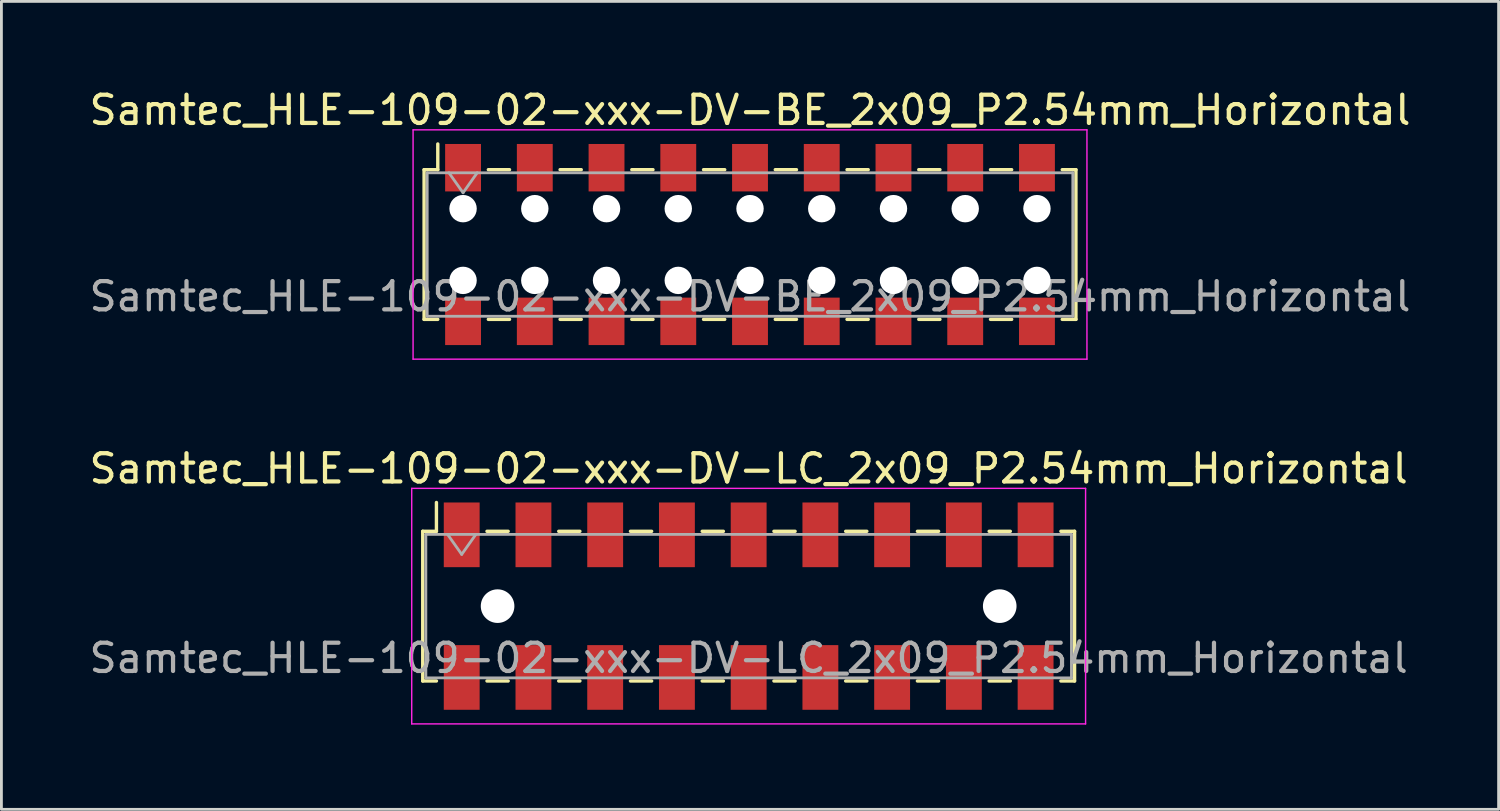
<source format=kicad_pcb>
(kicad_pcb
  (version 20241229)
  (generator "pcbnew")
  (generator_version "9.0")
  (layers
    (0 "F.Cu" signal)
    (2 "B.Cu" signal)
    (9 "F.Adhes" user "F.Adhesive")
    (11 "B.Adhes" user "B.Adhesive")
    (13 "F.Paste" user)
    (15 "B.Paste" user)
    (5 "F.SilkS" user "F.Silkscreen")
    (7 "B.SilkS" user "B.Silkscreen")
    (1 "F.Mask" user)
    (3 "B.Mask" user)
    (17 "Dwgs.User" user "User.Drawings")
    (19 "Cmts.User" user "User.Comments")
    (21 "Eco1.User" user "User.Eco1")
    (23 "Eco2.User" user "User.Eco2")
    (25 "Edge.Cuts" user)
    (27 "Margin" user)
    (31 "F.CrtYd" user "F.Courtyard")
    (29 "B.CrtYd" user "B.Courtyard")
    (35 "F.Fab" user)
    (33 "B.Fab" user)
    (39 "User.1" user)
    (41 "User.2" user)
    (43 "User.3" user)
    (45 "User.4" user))
  (footprint "Samtec_HLE-109-02-xxx-DV-BE_2x09_P2.54mm_Horizontal"
    (layer "F.Cu")
    (at 23.506 5.608)
    (property "Reference" "Samtec_HLE-109-02-xxx-DV-BE_2x09_P2.54mm_Horizontal" (at 0 -4.76 0) (layer "F.SilkS") (effects (font (size 1 1) (thickness 0.15))))
    (attr smd)
    (fp_line (start -11.54 -2.65) (end -11.54 2.65) (stroke (width 0.12) (type solid)) (layer "F.SilkS"))
    (fp_line (start -11.54 2.65) (end -11.055 2.65) (stroke (width 0.12) (type solid)) (layer "F.SilkS"))
    (fp_line (start -11.055 -3.56) (end -11.055 -2.65) (stroke (width 0.12) (type solid)) (layer "F.SilkS"))
    (fp_line (start -11.055 -2.65) (end -11.54 -2.65) (stroke (width 0.12) (type solid)) (layer "F.SilkS"))
    (fp_line (start -9.265 -2.65) (end -8.515 -2.65) (stroke (width 0.12) (type solid)) (layer "F.SilkS"))
    (fp_line (start -9.265 2.65) (end -8.515 2.65) (stroke (width 0.12) (type solid)) (layer "F.SilkS"))
    (fp_line (start -6.725 -2.65) (end -5.975 -2.65) (stroke (width 0.12) (type solid)) (layer "F.SilkS"))
    (fp_line (start -6.725 2.65) (end -5.975 2.65) (stroke (width 0.12) (type solid)) (layer "F.SilkS"))
    (fp_line (start -4.185 -2.65) (end -3.435 -2.65) (stroke (width 0.12) (type solid)) (layer "F.SilkS"))
    (fp_line (start -4.185 2.65) (end -3.435 2.65) (stroke (width 0.12) (type solid)) (layer "F.SilkS"))
    (fp_line (start -1.645 -2.65) (end -0.895 -2.65) (stroke (width 0.12) (type solid)) (layer "F.SilkS"))
    (fp_line (start -1.645 2.65) (end -0.895 2.65) (stroke (width 0.12) (type solid)) (layer "F.SilkS"))
    (fp_line (start 0.895 -2.65) (end 1.645 -2.65) (stroke (width 0.12) (type solid)) (layer "F.SilkS"))
    (fp_line (start 0.895 2.65) (end 1.645 2.65) (stroke (width 0.12) (type solid)) (layer "F.SilkS"))
    (fp_line (start 3.435 -2.65) (end 4.185 -2.65) (stroke (width 0.12) (type solid)) (layer "F.SilkS"))
    (fp_line (start 3.435 2.65) (end 4.185 2.65) (stroke (width 0.12) (type solid)) (layer "F.SilkS"))
    (fp_line (start 5.975 -2.65) (end 6.725 -2.65) (stroke (width 0.12) (type solid)) (layer "F.SilkS"))
    (fp_line (start 5.975 2.65) (end 6.725 2.65) (stroke (width 0.12) (type solid)) (layer "F.SilkS"))
    (fp_line (start 8.515 -2.65) (end 9.265 -2.65) (stroke (width 0.12) (type solid)) (layer "F.SilkS"))
    (fp_line (start 8.515 2.65) (end 9.265 2.65) (stroke (width 0.12) (type solid)) (layer "F.SilkS"))
    (fp_line (start 11.055 -2.65) (end 11.54 -2.65) (stroke (width 0.12) (type solid)) (layer "F.SilkS"))
    (fp_line (start 11.54 -2.65) (end 11.54 2.65) (stroke (width 0.12) (type solid)) (layer "F.SilkS"))
    (fp_line (start 11.54 2.65) (end 11.055 2.65) (stroke (width 0.12) (type solid)) (layer "F.SilkS"))
    (fp_line (start -11.93 -4.06) (end 11.93 -4.06) (stroke (width 0.05) (type solid)) (layer "F.CrtYd"))
    (fp_line (start -11.93 4.06) (end -11.93 -4.06) (stroke (width 0.05) (type solid)) (layer "F.CrtYd"))
    (fp_line (start 11.93 -4.06) (end 11.93 4.06) (stroke (width 0.05) (type solid)) (layer "F.CrtYd"))
    (fp_line (start 11.93 4.06) (end -11.93 4.06) (stroke (width 0.05) (type solid)) (layer "F.CrtYd"))
    (fp_line (start -11.43 -2.54) (end 11.43 -2.54) (stroke (width 0.1) (type solid)) (layer "F.Fab"))
    (fp_line (start -11.43 2.54) (end -11.43 -2.54) (stroke (width 0.1) (type solid)) (layer "F.Fab"))
    (fp_line (start -10.66 -2.54) (end -10.16 -1.833) (stroke (width 0.1) (type solid)) (layer "F.Fab"))
    (fp_line (start -10.16 -1.833) (end -9.66 -2.54) (stroke (width 0.1) (type solid)) (layer "F.Fab"))
    (fp_line (start 11.43 -2.54) (end 11.43 2.54) (stroke (width 0.1) (type solid)) (layer "F.Fab"))
    (fp_line (start 11.43 2.54) (end -11.43 2.54) (stroke (width 0.1) (type solid)) (layer "F.Fab"))
    (fp_text user "${REFERENCE}" (at 0 1.84 0) (layer "F.Fab") (effects (font (size 1 1) (thickness 0.15))))
    (pad "" np_thru_hole circle (at -10.16 -1.27) (size 0.97 0.97) (drill 0.97) (layers "*.Cu" "*.Mask"))
    (pad "" np_thru_hole circle (at -10.16 1.27) (size 0.97 0.97) (drill 0.97) (layers "*.Cu" "*.Mask"))
    (pad "" np_thru_hole circle (at -7.62 -1.27) (size 0.97 0.97) (drill 0.97) (layers "*.Cu" "*.Mask"))
    (pad "" np_thru_hole circle (at -7.62 1.27) (size 0.97 0.97) (drill 0.97) (layers "*.Cu" "*.Mask"))
    (pad "" np_thru_hole circle (at -5.08 -1.27) (size 0.97 0.97) (drill 0.97) (layers "*.Cu" "*.Mask"))
    (pad "" np_thru_hole circle (at -5.08 1.27) (size 0.97 0.97) (drill 0.97) (layers "*.Cu" "*.Mask"))
    (pad "" np_thru_hole circle (at -2.54 -1.27) (size 0.97 0.97) (drill 0.97) (layers "*.Cu" "*.Mask"))
    (pad "" np_thru_hole circle (at -2.54 1.27) (size 0.97 0.97) (drill 0.97) (layers "*.Cu" "*.Mask"))
    (pad "" np_thru_hole circle (at 0 -1.27) (size 0.97 0.97) (drill 0.97) (layers "*.Cu" "*.Mask"))
    (pad "" np_thru_hole circle (at 0 1.27) (size 0.97 0.97) (drill 0.97) (layers "*.Cu" "*.Mask"))
    (pad "" np_thru_hole circle (at 2.54 -1.27) (size 0.97 0.97) (drill 0.97) (layers "*.Cu" "*.Mask"))
    (pad "" np_thru_hole circle (at 2.54 1.27) (size 0.97 0.97) (drill 0.97) (layers "*.Cu" "*.Mask"))
    (pad "" np_thru_hole circle (at 5.08 -1.27) (size 0.97 0.97) (drill 0.97) (layers "*.Cu" "*.Mask"))
    (pad "" np_thru_hole circle (at 5.08 1.27) (size 0.97 0.97) (drill 0.97) (layers "*.Cu" "*.Mask"))
    (pad "" np_thru_hole circle (at 7.62 -1.27) (size 0.97 0.97) (drill 0.97) (layers "*.Cu" "*.Mask"))
    (pad "" np_thru_hole circle (at 7.62 1.27) (size 0.97 0.97) (drill 0.97) (layers "*.Cu" "*.Mask"))
    (pad "" np_thru_hole circle (at 10.16 -1.27) (size 0.97 0.97) (drill 0.97) (layers "*.Cu" "*.Mask"))
    (pad "" np_thru_hole circle (at 10.16 1.27) (size 0.97 0.97) (drill 0.97) (layers "*.Cu" "*.Mask"))
    (pad "1" smd rect (at -10.16 -2.72) (size 1.27 1.68) (layers "F.Cu" "F.Mask" "F.Paste"))
    (pad "2" smd rect (at -10.16 2.72) (size 1.27 1.68) (layers "F.Cu" "F.Mask" "F.Paste"))
    (pad "3" smd rect (at -7.62 -2.72) (size 1.27 1.68) (layers "F.Cu" "F.Mask" "F.Paste"))
    (pad "4" smd rect (at -7.62 2.72) (size 1.27 1.68) (layers "F.Cu" "F.Mask" "F.Paste"))
    (pad "5" smd rect (at -5.08 -2.72) (size 1.27 1.68) (layers "F.Cu" "F.Mask" "F.Paste"))
    (pad "6" smd rect (at -5.08 2.72) (size 1.27 1.68) (layers "F.Cu" "F.Mask" "F.Paste"))
    (pad "7" smd rect (at -2.54 -2.72) (size 1.27 1.68) (layers "F.Cu" "F.Mask" "F.Paste"))
    (pad "8" smd rect (at -2.54 2.72) (size 1.27 1.68) (layers "F.Cu" "F.Mask" "F.Paste"))
    (pad "9" smd rect (at 0 -2.72) (size 1.27 1.68) (layers "F.Cu" "F.Mask" "F.Paste"))
    (pad "10" smd rect (at 0 2.72) (size 1.27 1.68) (layers "F.Cu" "F.Mask" "F.Paste"))
    (pad "11" smd rect (at 2.54 -2.72) (size 1.27 1.68) (layers "F.Cu" "F.Mask" "F.Paste"))
    (pad "12" smd rect (at 2.54 2.72) (size 1.27 1.68) (layers "F.Cu" "F.Mask" "F.Paste"))
    (pad "13" smd rect (at 5.08 -2.72) (size 1.27 1.68) (layers "F.Cu" "F.Mask" "F.Paste"))
    (pad "14" smd rect (at 5.08 2.72) (size 1.27 1.68) (layers "F.Cu" "F.Mask" "F.Paste"))
    (pad "15" smd rect (at 7.62 -2.72) (size 1.27 1.68) (layers "F.Cu" "F.Mask" "F.Paste"))
    (pad "16" smd rect (at 7.62 2.72) (size 1.27 1.68) (layers "F.Cu" "F.Mask" "F.Paste"))
    (pad "17" smd rect (at 10.16 -2.72) (size 1.27 1.68) (layers "F.Cu" "F.Mask" "F.Paste"))
    (pad "18" smd rect (at 10.16 2.72) (size 1.27 1.68) (layers "F.Cu" "F.Mask" "F.Paste")))
  (footprint "Samtec_HLE-109-02-xxx-DV-LC_2x09_P2.54mm_Horizontal"
    (layer "F.Cu")
    (at 23.458 18.412)
    (property "Reference" "Samtec_HLE-109-02-xxx-DV-LC_2x09_P2.54mm_Horizontal" (at 0 -4.87 0) (layer "F.SilkS") (effects (font (size 1 1) (thickness 0.15))))
    (attr smd)
    (fp_line (start -11.54 -2.65) (end -11.54 2.65) (stroke (width 0.12) (type solid)) (layer "F.SilkS"))
    (fp_line (start -11.54 2.65) (end -11.055 2.65) (stroke (width 0.12) (type solid)) (layer "F.SilkS"))
    (fp_line (start -11.055 -3.67) (end -11.055 -2.65) (stroke (width 0.12) (type solid)) (layer "F.SilkS"))
    (fp_line (start -11.055 -2.65) (end -11.54 -2.65) (stroke (width 0.12) (type solid)) (layer "F.SilkS"))
    (fp_line (start -9.265 -2.65) (end -8.515 -2.65) (stroke (width 0.12) (type solid)) (layer "F.SilkS"))
    (fp_line (start -9.265 2.65) (end -8.515 2.65) (stroke (width 0.12) (type solid)) (layer "F.SilkS"))
    (fp_line (start -6.725 -2.65) (end -5.975 -2.65) (stroke (width 0.12) (type solid)) (layer "F.SilkS"))
    (fp_line (start -6.725 2.65) (end -5.975 2.65) (stroke (width 0.12) (type solid)) (layer "F.SilkS"))
    (fp_line (start -4.185 -2.65) (end -3.435 -2.65) (stroke (width 0.12) (type solid)) (layer "F.SilkS"))
    (fp_line (start -4.185 2.65) (end -3.435 2.65) (stroke (width 0.12) (type solid)) (layer "F.SilkS"))
    (fp_line (start -1.645 -2.65) (end -0.895 -2.65) (stroke (width 0.12) (type solid)) (layer "F.SilkS"))
    (fp_line (start -1.645 2.65) (end -0.895 2.65) (stroke (width 0.12) (type solid)) (layer "F.SilkS"))
    (fp_line (start 0.895 -2.65) (end 1.645 -2.65) (stroke (width 0.12) (type solid)) (layer "F.SilkS"))
    (fp_line (start 0.895 2.65) (end 1.645 2.65) (stroke (width 0.12) (type solid)) (layer "F.SilkS"))
    (fp_line (start 3.435 -2.65) (end 4.185 -2.65) (stroke (width 0.12) (type solid)) (layer "F.SilkS"))
    (fp_line (start 3.435 2.65) (end 4.185 2.65) (stroke (width 0.12) (type solid)) (layer "F.SilkS"))
    (fp_line (start 5.975 -2.65) (end 6.725 -2.65) (stroke (width 0.12) (type solid)) (layer "F.SilkS"))
    (fp_line (start 5.975 2.65) (end 6.725 2.65) (stroke (width 0.12) (type solid)) (layer "F.SilkS"))
    (fp_line (start 8.515 -2.65) (end 9.265 -2.65) (stroke (width 0.12) (type solid)) (layer "F.SilkS"))
    (fp_line (start 8.515 2.65) (end 9.265 2.65) (stroke (width 0.12) (type solid)) (layer "F.SilkS"))
    (fp_line (start 11.055 -2.65) (end 11.54 -2.65) (stroke (width 0.12) (type solid)) (layer "F.SilkS"))
    (fp_line (start 11.54 -2.65) (end 11.54 2.65) (stroke (width 0.12) (type solid)) (layer "F.SilkS"))
    (fp_line (start 11.54 2.65) (end 11.055 2.65) (stroke (width 0.12) (type solid)) (layer "F.SilkS"))
    (fp_line (start -11.93 -4.17) (end 11.93 -4.17) (stroke (width 0.05) (type solid)) (layer "F.CrtYd"))
    (fp_line (start -11.93 4.17) (end -11.93 -4.17) (stroke (width 0.05) (type solid)) (layer "F.CrtYd"))
    (fp_line (start 11.93 -4.17) (end 11.93 4.17) (stroke (width 0.05) (type solid)) (layer "F.CrtYd"))
    (fp_line (start 11.93 4.17) (end -11.93 4.17) (stroke (width 0.05) (type solid)) (layer "F.CrtYd"))
    (fp_line (start -11.43 -2.54) (end 11.43 -2.54) (stroke (width 0.1) (type solid)) (layer "F.Fab"))
    (fp_line (start -11.43 2.54) (end -11.43 -2.54) (stroke (width 0.1) (type solid)) (layer "F.Fab"))
    (fp_line (start -10.66 -2.54) (end -10.16 -1.833) (stroke (width 0.1) (type solid)) (layer "F.Fab"))
    (fp_line (start -10.16 -1.833) (end -9.66 -2.54) (stroke (width 0.1) (type solid)) (layer "F.Fab"))
    (fp_line (start 11.43 -2.54) (end 11.43 2.54) (stroke (width 0.1) (type solid)) (layer "F.Fab"))
    (fp_line (start 11.43 2.54) (end -11.43 2.54) (stroke (width 0.1) (type solid)) (layer "F.Fab"))
    (fp_text user "${REFERENCE}" (at 0 1.84 0) (layer "F.Fab") (effects (font (size 1 1) (thickness 0.15))))
    (pad "" np_thru_hole circle (at -8.89 0) (size 1.19 1.19) (drill 1.19) (layers "*.Cu" "*.Mask"))
    (pad "" np_thru_hole circle (at 8.89 0) (size 1.19 1.19) (drill 1.19) (layers "*.Cu" "*.Mask"))
    (pad "1" smd rect (at -10.16 -2.525) (size 1.27 2.29) (layers "F.Cu" "F.Mask" "F.Paste"))
    (pad "2" smd rect (at -10.16 2.525) (size 1.27 2.29) (layers "F.Cu" "F.Mask" "F.Paste"))
    (pad "3" smd rect (at -7.62 -2.525) (size 1.27 2.29) (layers "F.Cu" "F.Mask" "F.Paste"))
    (pad "4" smd rect (at -7.62 2.525) (size 1.27 2.29) (layers "F.Cu" "F.Mask" "F.Paste"))
    (pad "5" smd rect (at -5.08 -2.525) (size 1.27 2.29) (layers "F.Cu" "F.Mask" "F.Paste"))
    (pad "6" smd rect (at -5.08 2.525) (size 1.27 2.29) (layers "F.Cu" "F.Mask" "F.Paste"))
    (pad "7" smd rect (at -2.54 -2.525) (size 1.27 2.29) (layers "F.Cu" "F.Mask" "F.Paste"))
    (pad "8" smd rect (at -2.54 2.525) (size 1.27 2.29) (layers "F.Cu" "F.Mask" "F.Paste"))
    (pad "9" smd rect (at 0 -2.525) (size 1.27 2.29) (layers "F.Cu" "F.Mask" "F.Paste"))
    (pad "10" smd rect (at 0 2.525) (size 1.27 2.29) (layers "F.Cu" "F.Mask" "F.Paste"))
    (pad "11" smd rect (at 2.54 -2.525) (size 1.27 2.29) (layers "F.Cu" "F.Mask" "F.Paste"))
    (pad "12" smd rect (at 2.54 2.525) (size 1.27 2.29) (layers "F.Cu" "F.Mask" "F.Paste"))
    (pad "13" smd rect (at 5.08 -2.525) (size 1.27 2.29) (layers "F.Cu" "F.Mask" "F.Paste"))
    (pad "14" smd rect (at 5.08 2.525) (size 1.27 2.29) (layers "F.Cu" "F.Mask" "F.Paste"))
    (pad "15" smd rect (at 7.62 -2.525) (size 1.27 2.29) (layers "F.Cu" "F.Mask" "F.Paste"))
    (pad "16" smd rect (at 7.62 2.525) (size 1.27 2.29) (layers "F.Cu" "F.Mask" "F.Paste"))
    (pad "17" smd rect (at 10.16 -2.525) (size 1.27 2.29) (layers "F.Cu" "F.Mask" "F.Paste"))
    (pad "18" smd rect (at 10.16 2.525) (size 1.27 2.29) (layers "F.Cu" "F.Mask" "F.Paste")))
  (gr_rect
    (start -3 -3)
    (end 50.012 25.607)
    (stroke (width 0.1) (type default))
    (fill no)
    (layer "Edge.Cuts")))
</source>
